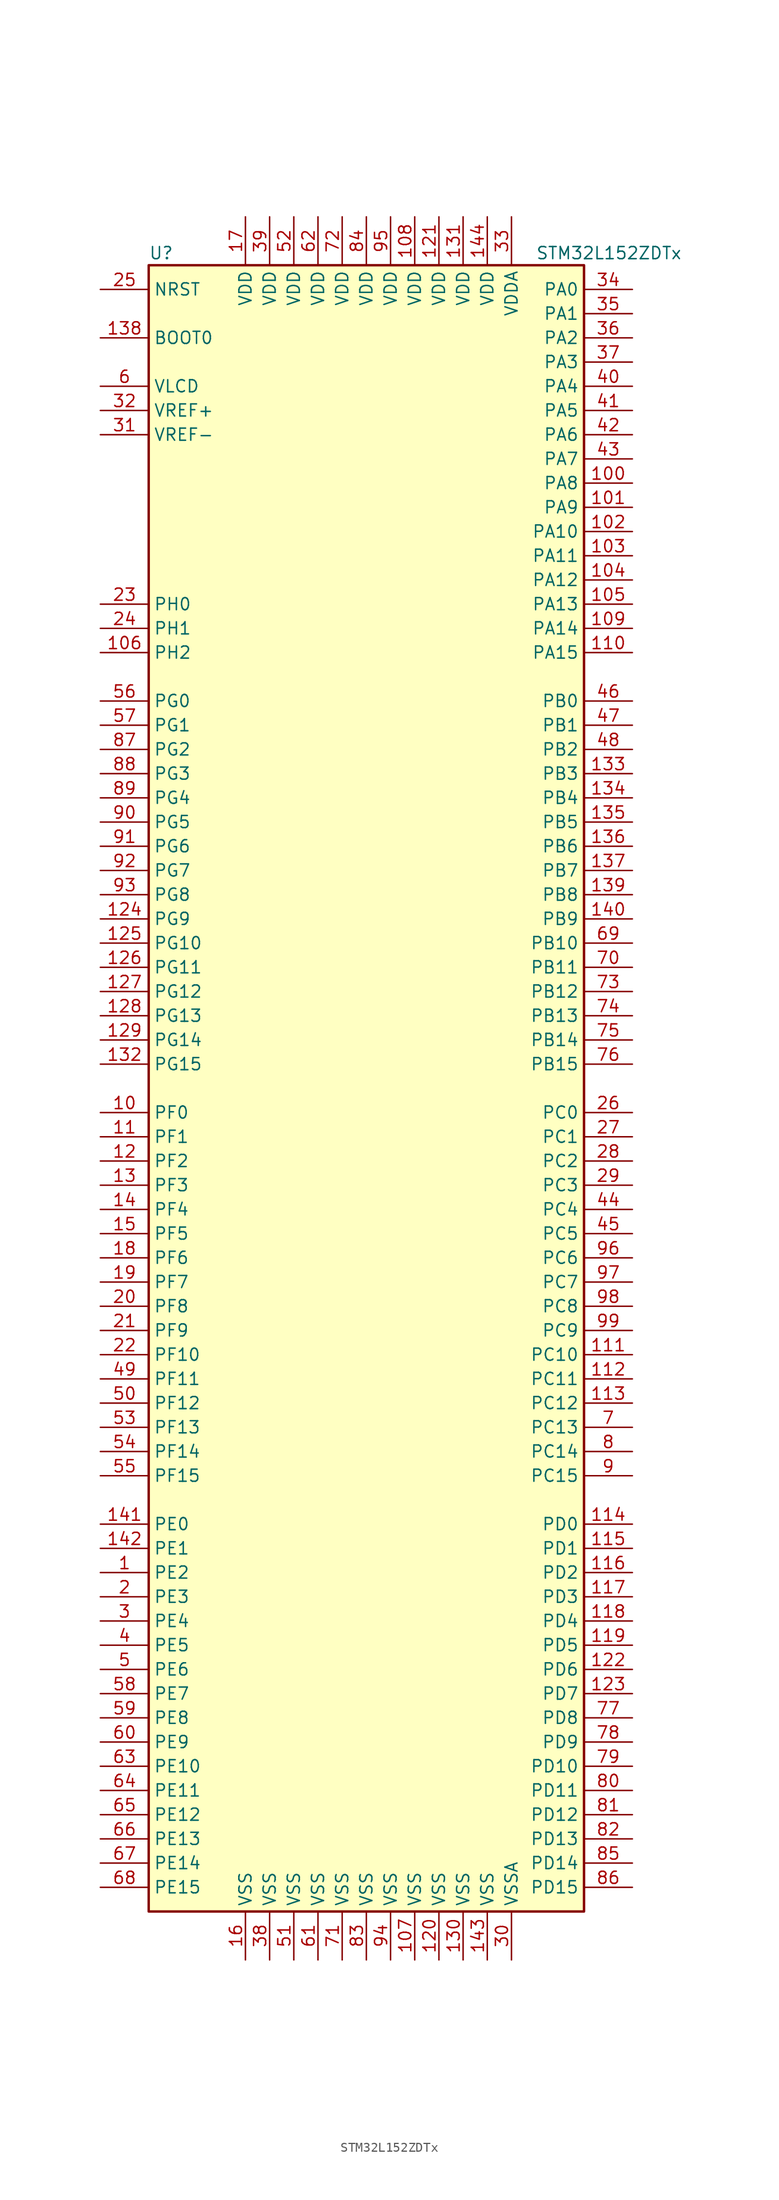
<source format=kicad_sym>
(kicad_symbol_lib
  (version 20201005)
  (generator kicad_symbol_editor)
  (symbol "STM32L152ZDTx"
    (property "Reference" "U"
      (at -22.86 87.63 0)
      (effects (font (size 1.27 1.27)) (justify left)))
    (property "Value" "STM32L152ZDTx"
      (at 17.78 87.63 0)
      (effects (font (size 1.27 1.27)) (justify left)))
    (symbol "STM32L152ZDTx_0_1"
      (rectangle (start -22.86 -86.36) (end 22.86 86.36) (stroke (width 0.254)) (fill (type background))))
    (symbol "STM32L152ZDTx_1_1"
      (pin bidirectional line (at -27.94 -50.8 0) (length 5.08) (name "PE2" (effects (font (size 1.27 1.27)))) (number "1" (effects (font (size 1.27 1.27)))))
      (pin bidirectional line (at -27.94 -2.54 0) (length 5.08) (name "PF0" (effects (font (size 1.27 1.27)))) (number "10" (effects (font (size 1.27 1.27)))))
      (pin bidirectional line (at 27.94 63.5 180) (length 5.08) (name "PA8" (effects (font (size 1.27 1.27)))) (number "100" (effects (font (size 1.27 1.27)))))
      (pin bidirectional line (at 27.94 60.96 180) (length 5.08) (name "PA9" (effects (font (size 1.27 1.27)))) (number "101" (effects (font (size 1.27 1.27)))))
      (pin bidirectional line (at 27.94 58.42 180) (length 5.08) (name "PA10" (effects (font (size 1.27 1.27)))) (number "102" (effects (font (size 1.27 1.27)))))
      (pin bidirectional line (at 27.94 55.88 180) (length 5.08) (name "PA11" (effects (font (size 1.27 1.27)))) (number "103" (effects (font (size 1.27 1.27)))))
      (pin bidirectional line (at 27.94 53.34 180) (length 5.08) (name "PA12" (effects (font (size 1.27 1.27)))) (number "104" (effects (font (size 1.27 1.27)))))
      (pin bidirectional line (at 27.94 50.8 180) (length 5.08) (name "PA13" (effects (font (size 1.27 1.27)))) (number "105" (effects (font (size 1.27 1.27)))))
      (pin bidirectional line (at -27.94 45.72 0) (length 5.08) (name "PH2" (effects (font (size 1.27 1.27)))) (number "106" (effects (font (size 1.27 1.27)))))
      (pin power_in line (at 5.08 -91.44 90) (length 5.08) (name "VSS" (effects (font (size 1.27 1.27)))) (number "107" (effects (font (size 1.27 1.27)))))
      (pin power_in line (at 5.08 91.44 270) (length 5.08) (name "VDD" (effects (font (size 1.27 1.27)))) (number "108" (effects (font (size 1.27 1.27)))))
      (pin bidirectional line (at 27.94 48.26 180) (length 5.08) (name "PA14" (effects (font (size 1.27 1.27)))) (number "109" (effects (font (size 1.27 1.27)))))
      (pin bidirectional line (at -27.94 -5.08 0) (length 5.08) (name "PF1" (effects (font (size 1.27 1.27)))) (number "11" (effects (font (size 1.27 1.27)))))
      (pin bidirectional line (at 27.94 45.72 180) (length 5.08) (name "PA15" (effects (font (size 1.27 1.27)))) (number "110" (effects (font (size 1.27 1.27)))))
      (pin bidirectional line (at 27.94 -27.94 180) (length 5.08) (name "PC10" (effects (font (size 1.27 1.27)))) (number "111" (effects (font (size 1.27 1.27)))))
      (pin bidirectional line (at 27.94 -30.48 180) (length 5.08) (name "PC11" (effects (font (size 1.27 1.27)))) (number "112" (effects (font (size 1.27 1.27)))))
      (pin bidirectional line (at 27.94 -33.02 180) (length 5.08) (name "PC12" (effects (font (size 1.27 1.27)))) (number "113" (effects (font (size 1.27 1.27)))))
      (pin bidirectional line (at 27.94 -45.72 180) (length 5.08) (name "PD0" (effects (font (size 1.27 1.27)))) (number "114" (effects (font (size 1.27 1.27)))))
      (pin bidirectional line (at 27.94 -48.26 180) (length 5.08) (name "PD1" (effects (font (size 1.27 1.27)))) (number "115" (effects (font (size 1.27 1.27)))))
      (pin bidirectional line (at 27.94 -50.8 180) (length 5.08) (name "PD2" (effects (font (size 1.27 1.27)))) (number "116" (effects (font (size 1.27 1.27)))))
      (pin bidirectional line (at 27.94 -53.34 180) (length 5.08) (name "PD3" (effects (font (size 1.27 1.27)))) (number "117" (effects (font (size 1.27 1.27)))))
      (pin bidirectional line (at 27.94 -55.88 180) (length 5.08) (name "PD4" (effects (font (size 1.27 1.27)))) (number "118" (effects (font (size 1.27 1.27)))))
      (pin bidirectional line (at 27.94 -58.42 180) (length 5.08) (name "PD5" (effects (font (size 1.27 1.27)))) (number "119" (effects (font (size 1.27 1.27)))))
      (pin bidirectional line (at -27.94 -7.62 0) (length 5.08) (name "PF2" (effects (font (size 1.27 1.27)))) (number "12" (effects (font (size 1.27 1.27)))))
      (pin power_in line (at 7.62 -91.44 90) (length 5.08) (name "VSS" (effects (font (size 1.27 1.27)))) (number "120" (effects (font (size 1.27 1.27)))))
      (pin power_in line (at 7.62 91.44 270) (length 5.08) (name "VDD" (effects (font (size 1.27 1.27)))) (number "121" (effects (font (size 1.27 1.27)))))
      (pin bidirectional line (at 27.94 -60.96 180) (length 5.08) (name "PD6" (effects (font (size 1.27 1.27)))) (number "122" (effects (font (size 1.27 1.27)))))
      (pin bidirectional line (at 27.94 -63.5 180) (length 5.08) (name "PD7" (effects (font (size 1.27 1.27)))) (number "123" (effects (font (size 1.27 1.27)))))
      (pin bidirectional line (at -27.94 17.78 0) (length 5.08) (name "PG9" (effects (font (size 1.27 1.27)))) (number "124" (effects (font (size 1.27 1.27)))))
      (pin bidirectional line (at -27.94 15.24 0) (length 5.08) (name "PG10" (effects (font (size 1.27 1.27)))) (number "125" (effects (font (size 1.27 1.27)))))
      (pin bidirectional line (at -27.94 12.7 0) (length 5.08) (name "PG11" (effects (font (size 1.27 1.27)))) (number "126" (effects (font (size 1.27 1.27)))))
      (pin bidirectional line (at -27.94 10.16 0) (length 5.08) (name "PG12" (effects (font (size 1.27 1.27)))) (number "127" (effects (font (size 1.27 1.27)))))
      (pin bidirectional line (at -27.94 7.62 0) (length 5.08) (name "PG13" (effects (font (size 1.27 1.27)))) (number "128" (effects (font (size 1.27 1.27)))))
      (pin bidirectional line (at -27.94 5.08 0) (length 5.08) (name "PG14" (effects (font (size 1.27 1.27)))) (number "129" (effects (font (size 1.27 1.27)))))
      (pin bidirectional line (at -27.94 -10.16 0) (length 5.08) (name "PF3" (effects (font (size 1.27 1.27)))) (number "13" (effects (font (size 1.27 1.27)))))
      (pin power_in line (at 10.16 -91.44 90) (length 5.08) (name "VSS" (effects (font (size 1.27 1.27)))) (number "130" (effects (font (size 1.27 1.27)))))
      (pin power_in line (at 10.16 91.44 270) (length 5.08) (name "VDD" (effects (font (size 1.27 1.27)))) (number "131" (effects (font (size 1.27 1.27)))))
      (pin bidirectional line (at -27.94 2.54 0) (length 5.08) (name "PG15" (effects (font (size 1.27 1.27)))) (number "132" (effects (font (size 1.27 1.27)))))
      (pin bidirectional line (at 27.94 33.02 180) (length 5.08) (name "PB3" (effects (font (size 1.27 1.27)))) (number "133" (effects (font (size 1.27 1.27)))))
      (pin bidirectional line (at 27.94 30.48 180) (length 5.08) (name "PB4" (effects (font (size 1.27 1.27)))) (number "134" (effects (font (size 1.27 1.27)))))
      (pin bidirectional line (at 27.94 27.94 180) (length 5.08) (name "PB5" (effects (font (size 1.27 1.27)))) (number "135" (effects (font (size 1.27 1.27)))))
      (pin bidirectional line (at 27.94 25.4 180) (length 5.08) (name "PB6" (effects (font (size 1.27 1.27)))) (number "136" (effects (font (size 1.27 1.27)))))
      (pin bidirectional line (at 27.94 22.86 180) (length 5.08) (name "PB7" (effects (font (size 1.27 1.27)))) (number "137" (effects (font (size 1.27 1.27)))))
      (pin input line (at -27.94 78.74 0) (length 5.08) (name "BOOT0" (effects (font (size 1.27 1.27)))) (number "138" (effects (font (size 1.27 1.27)))))
      (pin bidirectional line (at 27.94 20.32 180) (length 5.08) (name "PB8" (effects (font (size 1.27 1.27)))) (number "139" (effects (font (size 1.27 1.27)))))
      (pin bidirectional line (at -27.94 -12.7 0) (length 5.08) (name "PF4" (effects (font (size 1.27 1.27)))) (number "14" (effects (font (size 1.27 1.27)))))
      (pin bidirectional line (at 27.94 17.78 180) (length 5.08) (name "PB9" (effects (font (size 1.27 1.27)))) (number "140" (effects (font (size 1.27 1.27)))))
      (pin bidirectional line (at -27.94 -45.72 0) (length 5.08) (name "PE0" (effects (font (size 1.27 1.27)))) (number "141" (effects (font (size 1.27 1.27)))))
      (pin bidirectional line (at -27.94 -48.26 0) (length 5.08) (name "PE1" (effects (font (size 1.27 1.27)))) (number "142" (effects (font (size 1.27 1.27)))))
      (pin power_in line (at 12.7 -91.44 90) (length 5.08) (name "VSS" (effects (font (size 1.27 1.27)))) (number "143" (effects (font (size 1.27 1.27)))))
      (pin power_in line (at 12.7 91.44 270) (length 5.08) (name "VDD" (effects (font (size 1.27 1.27)))) (number "144" (effects (font (size 1.27 1.27)))))
      (pin bidirectional line (at -27.94 -15.24 0) (length 5.08) (name "PF5" (effects (font (size 1.27 1.27)))) (number "15" (effects (font (size 1.27 1.27)))))
      (pin power_in line (at -12.7 -91.44 90) (length 5.08) (name "VSS" (effects (font (size 1.27 1.27)))) (number "16" (effects (font (size 1.27 1.27)))))
      (pin power_in line (at -12.7 91.44 270) (length 5.08) (name "VDD" (effects (font (size 1.27 1.27)))) (number "17" (effects (font (size 1.27 1.27)))))
      (pin bidirectional line (at -27.94 -17.78 0) (length 5.08) (name "PF6" (effects (font (size 1.27 1.27)))) (number "18" (effects (font (size 1.27 1.27)))))
      (pin bidirectional line (at -27.94 -20.32 0) (length 5.08) (name "PF7" (effects (font (size 1.27 1.27)))) (number "19" (effects (font (size 1.27 1.27)))))
      (pin bidirectional line (at -27.94 -53.34 0) (length 5.08) (name "PE3" (effects (font (size 1.27 1.27)))) (number "2" (effects (font (size 1.27 1.27)))))
      (pin bidirectional line (at -27.94 -22.86 0) (length 5.08) (name "PF8" (effects (font (size 1.27 1.27)))) (number "20" (effects (font (size 1.27 1.27)))))
      (pin bidirectional line (at -27.94 -25.4 0) (length 5.08) (name "PF9" (effects (font (size 1.27 1.27)))) (number "21" (effects (font (size 1.27 1.27)))))
      (pin bidirectional line (at -27.94 -27.94 0) (length 5.08) (name "PF10" (effects (font (size 1.27 1.27)))) (number "22" (effects (font (size 1.27 1.27)))))
      (pin input line (at -27.94 50.8 0) (length 5.08) (name "PH0" (effects (font (size 1.27 1.27)))) (number "23" (effects (font (size 1.27 1.27)))))
      (pin input line (at -27.94 48.26 0) (length 5.08) (name "PH1" (effects (font (size 1.27 1.27)))) (number "24" (effects (font (size 1.27 1.27)))))
      (pin input line (at -27.94 83.82 0) (length 5.08) (name "NRST" (effects (font (size 1.27 1.27)))) (number "25" (effects (font (size 1.27 1.27)))))
      (pin bidirectional line (at 27.94 -2.54 180) (length 5.08) (name "PC0" (effects (font (size 1.27 1.27)))) (number "26" (effects (font (size 1.27 1.27)))))
      (pin bidirectional line (at 27.94 -5.08 180) (length 5.08) (name "PC1" (effects (font (size 1.27 1.27)))) (number "27" (effects (font (size 1.27 1.27)))))
      (pin bidirectional line (at 27.94 -7.62 180) (length 5.08) (name "PC2" (effects (font (size 1.27 1.27)))) (number "28" (effects (font (size 1.27 1.27)))))
      (pin bidirectional line (at 27.94 -10.16 180) (length 5.08) (name "PC3" (effects (font (size 1.27 1.27)))) (number "29" (effects (font (size 1.27 1.27)))))
      (pin bidirectional line (at -27.94 -55.88 0) (length 5.08) (name "PE4" (effects (font (size 1.27 1.27)))) (number "3" (effects (font (size 1.27 1.27)))))
      (pin power_in line (at 15.24 -91.44 90) (length 5.08) (name "VSSA" (effects (font (size 1.27 1.27)))) (number "30" (effects (font (size 1.27 1.27)))))
      (pin power_in line (at -27.94 68.58 0) (length 5.08) (name "VREF-" (effects (font (size 1.27 1.27)))) (number "31" (effects (font (size 1.27 1.27)))))
      (pin power_in line (at -27.94 71.12 0) (length 5.08) (name "VREF+" (effects (font (size 1.27 1.27)))) (number "32" (effects (font (size 1.27 1.27)))))
      (pin power_in line (at 15.24 91.44 270) (length 5.08) (name "VDDA" (effects (font (size 1.27 1.27)))) (number "33" (effects (font (size 1.27 1.27)))))
      (pin bidirectional line (at 27.94 83.82 180) (length 5.08) (name "PA0" (effects (font (size 1.27 1.27)))) (number "34" (effects (font (size 1.27 1.27)))))
      (pin bidirectional line (at 27.94 81.28 180) (length 5.08) (name "PA1" (effects (font (size 1.27 1.27)))) (number "35" (effects (font (size 1.27 1.27)))))
      (pin bidirectional line (at 27.94 78.74 180) (length 5.08) (name "PA2" (effects (font (size 1.27 1.27)))) (number "36" (effects (font (size 1.27 1.27)))))
      (pin bidirectional line (at 27.94 76.2 180) (length 5.08) (name "PA3" (effects (font (size 1.27 1.27)))) (number "37" (effects (font (size 1.27 1.27)))))
      (pin power_in line (at -10.16 -91.44 90) (length 5.08) (name "VSS" (effects (font (size 1.27 1.27)))) (number "38" (effects (font (size 1.27 1.27)))))
      (pin power_in line (at -10.16 91.44 270) (length 5.08) (name "VDD" (effects (font (size 1.27 1.27)))) (number "39" (effects (font (size 1.27 1.27)))))
      (pin bidirectional line (at -27.94 -58.42 0) (length 5.08) (name "PE5" (effects (font (size 1.27 1.27)))) (number "4" (effects (font (size 1.27 1.27)))))
      (pin bidirectional line (at 27.94 73.66 180) (length 5.08) (name "PA4" (effects (font (size 1.27 1.27)))) (number "40" (effects (font (size 1.27 1.27)))))
      (pin bidirectional line (at 27.94 71.12 180) (length 5.08) (name "PA5" (effects (font (size 1.27 1.27)))) (number "41" (effects (font (size 1.27 1.27)))))
      (pin bidirectional line (at 27.94 68.58 180) (length 5.08) (name "PA6" (effects (font (size 1.27 1.27)))) (number "42" (effects (font (size 1.27 1.27)))))
      (pin bidirectional line (at 27.94 66.04 180) (length 5.08) (name "PA7" (effects (font (size 1.27 1.27)))) (number "43" (effects (font (size 1.27 1.27)))))
      (pin bidirectional line (at 27.94 -12.7 180) (length 5.08) (name "PC4" (effects (font (size 1.27 1.27)))) (number "44" (effects (font (size 1.27 1.27)))))
      (pin bidirectional line (at 27.94 -15.24 180) (length 5.08) (name "PC5" (effects (font (size 1.27 1.27)))) (number "45" (effects (font (size 1.27 1.27)))))
      (pin bidirectional line (at 27.94 40.64 180) (length 5.08) (name "PB0" (effects (font (size 1.27 1.27)))) (number "46" (effects (font (size 1.27 1.27)))))
      (pin bidirectional line (at 27.94 38.1 180) (length 5.08) (name "PB1" (effects (font (size 1.27 1.27)))) (number "47" (effects (font (size 1.27 1.27)))))
      (pin bidirectional line (at 27.94 35.56 180) (length 5.08) (name "PB2" (effects (font (size 1.27 1.27)))) (number "48" (effects (font (size 1.27 1.27)))))
      (pin bidirectional line (at -27.94 -30.48 0) (length 5.08) (name "PF11" (effects (font (size 1.27 1.27)))) (number "49" (effects (font (size 1.27 1.27)))))
      (pin bidirectional line (at -27.94 -60.96 0) (length 5.08) (name "PE6" (effects (font (size 1.27 1.27)))) (number "5" (effects (font (size 1.27 1.27)))))
      (pin bidirectional line (at -27.94 -33.02 0) (length 5.08) (name "PF12" (effects (font (size 1.27 1.27)))) (number "50" (effects (font (size 1.27 1.27)))))
      (pin power_in line (at -7.62 -91.44 90) (length 5.08) (name "VSS" (effects (font (size 1.27 1.27)))) (number "51" (effects (font (size 1.27 1.27)))))
      (pin power_in line (at -7.62 91.44 270) (length 5.08) (name "VDD" (effects (font (size 1.27 1.27)))) (number "52" (effects (font (size 1.27 1.27)))))
      (pin bidirectional line (at -27.94 -35.56 0) (length 5.08) (name "PF13" (effects (font (size 1.27 1.27)))) (number "53" (effects (font (size 1.27 1.27)))))
      (pin bidirectional line (at -27.94 -38.1 0) (length 5.08) (name "PF14" (effects (font (size 1.27 1.27)))) (number "54" (effects (font (size 1.27 1.27)))))
      (pin bidirectional line (at -27.94 -40.64 0) (length 5.08) (name "PF15" (effects (font (size 1.27 1.27)))) (number "55" (effects (font (size 1.27 1.27)))))
      (pin bidirectional line (at -27.94 40.64 0) (length 5.08) (name "PG0" (effects (font (size 1.27 1.27)))) (number "56" (effects (font (size 1.27 1.27)))))
      (pin bidirectional line (at -27.94 38.1 0) (length 5.08) (name "PG1" (effects (font (size 1.27 1.27)))) (number "57" (effects (font (size 1.27 1.27)))))
      (pin bidirectional line (at -27.94 -63.5 0) (length 5.08) (name "PE7" (effects (font (size 1.27 1.27)))) (number "58" (effects (font (size 1.27 1.27)))))
      (pin bidirectional line (at -27.94 -66.04 0) (length 5.08) (name "PE8" (effects (font (size 1.27 1.27)))) (number "59" (effects (font (size 1.27 1.27)))))
      (pin power_in line (at -27.94 73.66 0) (length 5.08) (name "VLCD" (effects (font (size 1.27 1.27)))) (number "6" (effects (font (size 1.27 1.27)))))
      (pin bidirectional line (at -27.94 -68.58 0) (length 5.08) (name "PE9" (effects (font (size 1.27 1.27)))) (number "60" (effects (font (size 1.27 1.27)))))
      (pin power_in line (at -5.08 -91.44 90) (length 5.08) (name "VSS" (effects (font (size 1.27 1.27)))) (number "61" (effects (font (size 1.27 1.27)))))
      (pin power_in line (at -5.08 91.44 270) (length 5.08) (name "VDD" (effects (font (size 1.27 1.27)))) (number "62" (effects (font (size 1.27 1.27)))))
      (pin bidirectional line (at -27.94 -71.12 0) (length 5.08) (name "PE10" (effects (font (size 1.27 1.27)))) (number "63" (effects (font (size 1.27 1.27)))))
      (pin bidirectional line (at -27.94 -73.66 0) (length 5.08) (name "PE11" (effects (font (size 1.27 1.27)))) (number "64" (effects (font (size 1.27 1.27)))))
      (pin bidirectional line (at -27.94 -76.2 0) (length 5.08) (name "PE12" (effects (font (size 1.27 1.27)))) (number "65" (effects (font (size 1.27 1.27)))))
      (pin bidirectional line (at -27.94 -78.74 0) (length 5.08) (name "PE13" (effects (font (size 1.27 1.27)))) (number "66" (effects (font (size 1.27 1.27)))))
      (pin bidirectional line (at -27.94 -81.28 0) (length 5.08) (name "PE14" (effects (font (size 1.27 1.27)))) (number "67" (effects (font (size 1.27 1.27)))))
      (pin bidirectional line (at -27.94 -83.82 0) (length 5.08) (name "PE15" (effects (font (size 1.27 1.27)))) (number "68" (effects (font (size 1.27 1.27)))))
      (pin bidirectional line (at 27.94 15.24 180) (length 5.08) (name "PB10" (effects (font (size 1.27 1.27)))) (number "69" (effects (font (size 1.27 1.27)))))
      (pin bidirectional line (at 27.94 -35.56 180) (length 5.08) (name "PC13" (effects (font (size 1.27 1.27)))) (number "7" (effects (font (size 1.27 1.27)))))
      (pin bidirectional line (at 27.94 12.7 180) (length 5.08) (name "PB11" (effects (font (size 1.27 1.27)))) (number "70" (effects (font (size 1.27 1.27)))))
      (pin power_in line (at -2.54 -91.44 90) (length 5.08) (name "VSS" (effects (font (size 1.27 1.27)))) (number "71" (effects (font (size 1.27 1.27)))))
      (pin power_in line (at -2.54 91.44 270) (length 5.08) (name "VDD" (effects (font (size 1.27 1.27)))) (number "72" (effects (font (size 1.27 1.27)))))
      (pin bidirectional line (at 27.94 10.16 180) (length 5.08) (name "PB12" (effects (font (size 1.27 1.27)))) (number "73" (effects (font (size 1.27 1.27)))))
      (pin bidirectional line (at 27.94 7.62 180) (length 5.08) (name "PB13" (effects (font (size 1.27 1.27)))) (number "74" (effects (font (size 1.27 1.27)))))
      (pin bidirectional line (at 27.94 5.08 180) (length 5.08) (name "PB14" (effects (font (size 1.27 1.27)))) (number "75" (effects (font (size 1.27 1.27)))))
      (pin bidirectional line (at 27.94 2.54 180) (length 5.08) (name "PB15" (effects (font (size 1.27 1.27)))) (number "76" (effects (font (size 1.27 1.27)))))
      (pin bidirectional line (at 27.94 -66.04 180) (length 5.08) (name "PD8" (effects (font (size 1.27 1.27)))) (number "77" (effects (font (size 1.27 1.27)))))
      (pin bidirectional line (at 27.94 -68.58 180) (length 5.08) (name "PD9" (effects (font (size 1.27 1.27)))) (number "78" (effects (font (size 1.27 1.27)))))
      (pin bidirectional line (at 27.94 -71.12 180) (length 5.08) (name "PD10" (effects (font (size 1.27 1.27)))) (number "79" (effects (font (size 1.27 1.27)))))
      (pin bidirectional line (at 27.94 -38.1 180) (length 5.08) (name "PC14" (effects (font (size 1.27 1.27)))) (number "8" (effects (font (size 1.27 1.27)))))
      (pin bidirectional line (at 27.94 -73.66 180) (length 5.08) (name "PD11" (effects (font (size 1.27 1.27)))) (number "80" (effects (font (size 1.27 1.27)))))
      (pin bidirectional line (at 27.94 -76.2 180) (length 5.08) (name "PD12" (effects (font (size 1.27 1.27)))) (number "81" (effects (font (size 1.27 1.27)))))
      (pin bidirectional line (at 27.94 -78.74 180) (length 5.08) (name "PD13" (effects (font (size 1.27 1.27)))) (number "82" (effects (font (size 1.27 1.27)))))
      (pin power_in line (at 0 -91.44 90) (length 5.08) (name "VSS" (effects (font (size 1.27 1.27)))) (number "83" (effects (font (size 1.27 1.27)))))
      (pin power_in line (at 0 91.44 270) (length 5.08) (name "VDD" (effects (font (size 1.27 1.27)))) (number "84" (effects (font (size 1.27 1.27)))))
      (pin bidirectional line (at 27.94 -81.28 180) (length 5.08) (name "PD14" (effects (font (size 1.27 1.27)))) (number "85" (effects (font (size 1.27 1.27)))))
      (pin bidirectional line (at 27.94 -83.82 180) (length 5.08) (name "PD15" (effects (font (size 1.27 1.27)))) (number "86" (effects (font (size 1.27 1.27)))))
      (pin bidirectional line (at -27.94 35.56 0) (length 5.08) (name "PG2" (effects (font (size 1.27 1.27)))) (number "87" (effects (font (size 1.27 1.27)))))
      (pin bidirectional line (at -27.94 33.02 0) (length 5.08) (name "PG3" (effects (font (size 1.27 1.27)))) (number "88" (effects (font (size 1.27 1.27)))))
      (pin bidirectional line (at -27.94 30.48 0) (length 5.08) (name "PG4" (effects (font (size 1.27 1.27)))) (number "89" (effects (font (size 1.27 1.27)))))
      (pin bidirectional line (at 27.94 -40.64 180) (length 5.08) (name "PC15" (effects (font (size 1.27 1.27)))) (number "9" (effects (font (size 1.27 1.27)))))
      (pin bidirectional line (at -27.94 27.94 0) (length 5.08) (name "PG5" (effects (font (size 1.27 1.27)))) (number "90" (effects (font (size 1.27 1.27)))))
      (pin bidirectional line (at -27.94 25.4 0) (length 5.08) (name "PG6" (effects (font (size 1.27 1.27)))) (number "91" (effects (font (size 1.27 1.27)))))
      (pin bidirectional line (at -27.94 22.86 0) (length 5.08) (name "PG7" (effects (font (size 1.27 1.27)))) (number "92" (effects (font (size 1.27 1.27)))))
      (pin bidirectional line (at -27.94 20.32 0) (length 5.08) (name "PG8" (effects (font (size 1.27 1.27)))) (number "93" (effects (font (size 1.27 1.27)))))
      (pin power_in line (at 2.54 -91.44 90) (length 5.08) (name "VSS" (effects (font (size 1.27 1.27)))) (number "94" (effects (font (size 1.27 1.27)))))
      (pin power_in line (at 2.54 91.44 270) (length 5.08) (name "VDD" (effects (font (size 1.27 1.27)))) (number "95" (effects (font (size 1.27 1.27)))))
      (pin bidirectional line (at 27.94 -17.78 180) (length 5.08) (name "PC6" (effects (font (size 1.27 1.27)))) (number "96" (effects (font (size 1.27 1.27)))))
      (pin bidirectional line (at 27.94 -20.32 180) (length 5.08) (name "PC7" (effects (font (size 1.27 1.27)))) (number "97" (effects (font (size 1.27 1.27)))))
      (pin bidirectional line (at 27.94 -22.86 180) (length 5.08) (name "PC8" (effects (font (size 1.27 1.27)))) (number "98" (effects (font (size 1.27 1.27)))))
      (pin bidirectional line (at 27.94 -25.4 180) (length 5.08) (name "PC9" (effects (font (size 1.27 1.27)))) (number "99" (effects (font (size 1.27 1.27))))))))
</source>
